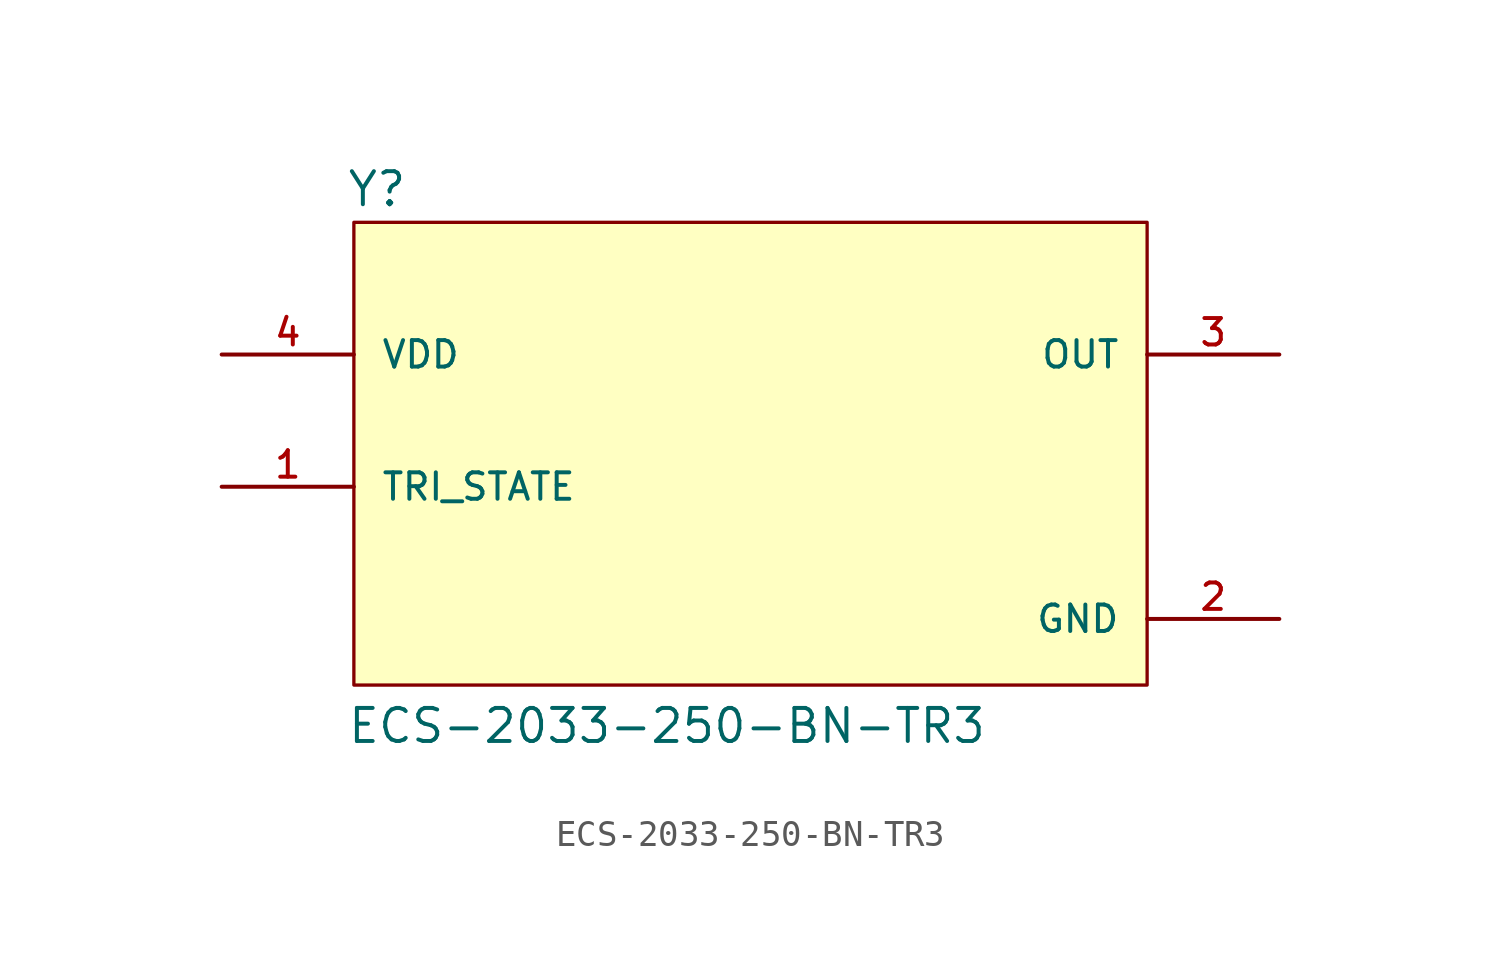
<source format=kicad_sym>
(kicad_symbol_lib
  (version 20211014)
  (generator kicad_symbol_editor)
  (symbol "ECS-2033-250-BN-TR3"
    (pin_names
      (offset 1.016))
    (property "Reference" "Y"
      (at -15.539 8.152 0)
      (effects (font (size 1.27 1.27)) (justify bottom left)))
    (property "Value" "ECS-2033-250-BN-TR3"
      (at -15.526 -12.472 0)
      (effects (font (size 1.27 1.27)) (justify bottom left)))
    (symbol "ECS-2033-250-BN-TR3_0_0"
      (rectangle (start -15.24 -10.16) (end 15.24 7.62) (stroke (width 0.127)) (fill (type background)))
      (pin input line (at -20.32 -2.54 0) (length 5.08) (name "TRI_STATE" (effects (font (size 1.016 1.016)))) (number "1" (effects (font (size 1.016 1.016)))))
      (pin output line (at 20.32 2.54 180.0) (length 5.08) (name "OUT" (effects (font (size 1.016 1.016)))) (number "3" (effects (font (size 1.016 1.016)))))
      (pin input line (at -20.32 2.54 0) (length 5.08) (name "VDD" (effects (font (size 1.016 1.016)))) (number "4" (effects (font (size 1.016 1.016)))))
      (pin power_in line (at 20.32 -7.62 180.0) (length 5.08) (name "GND" (effects (font (size 1.016 1.016)))) (number "2" (effects (font (size 1.016 1.016))))))))
</source>
